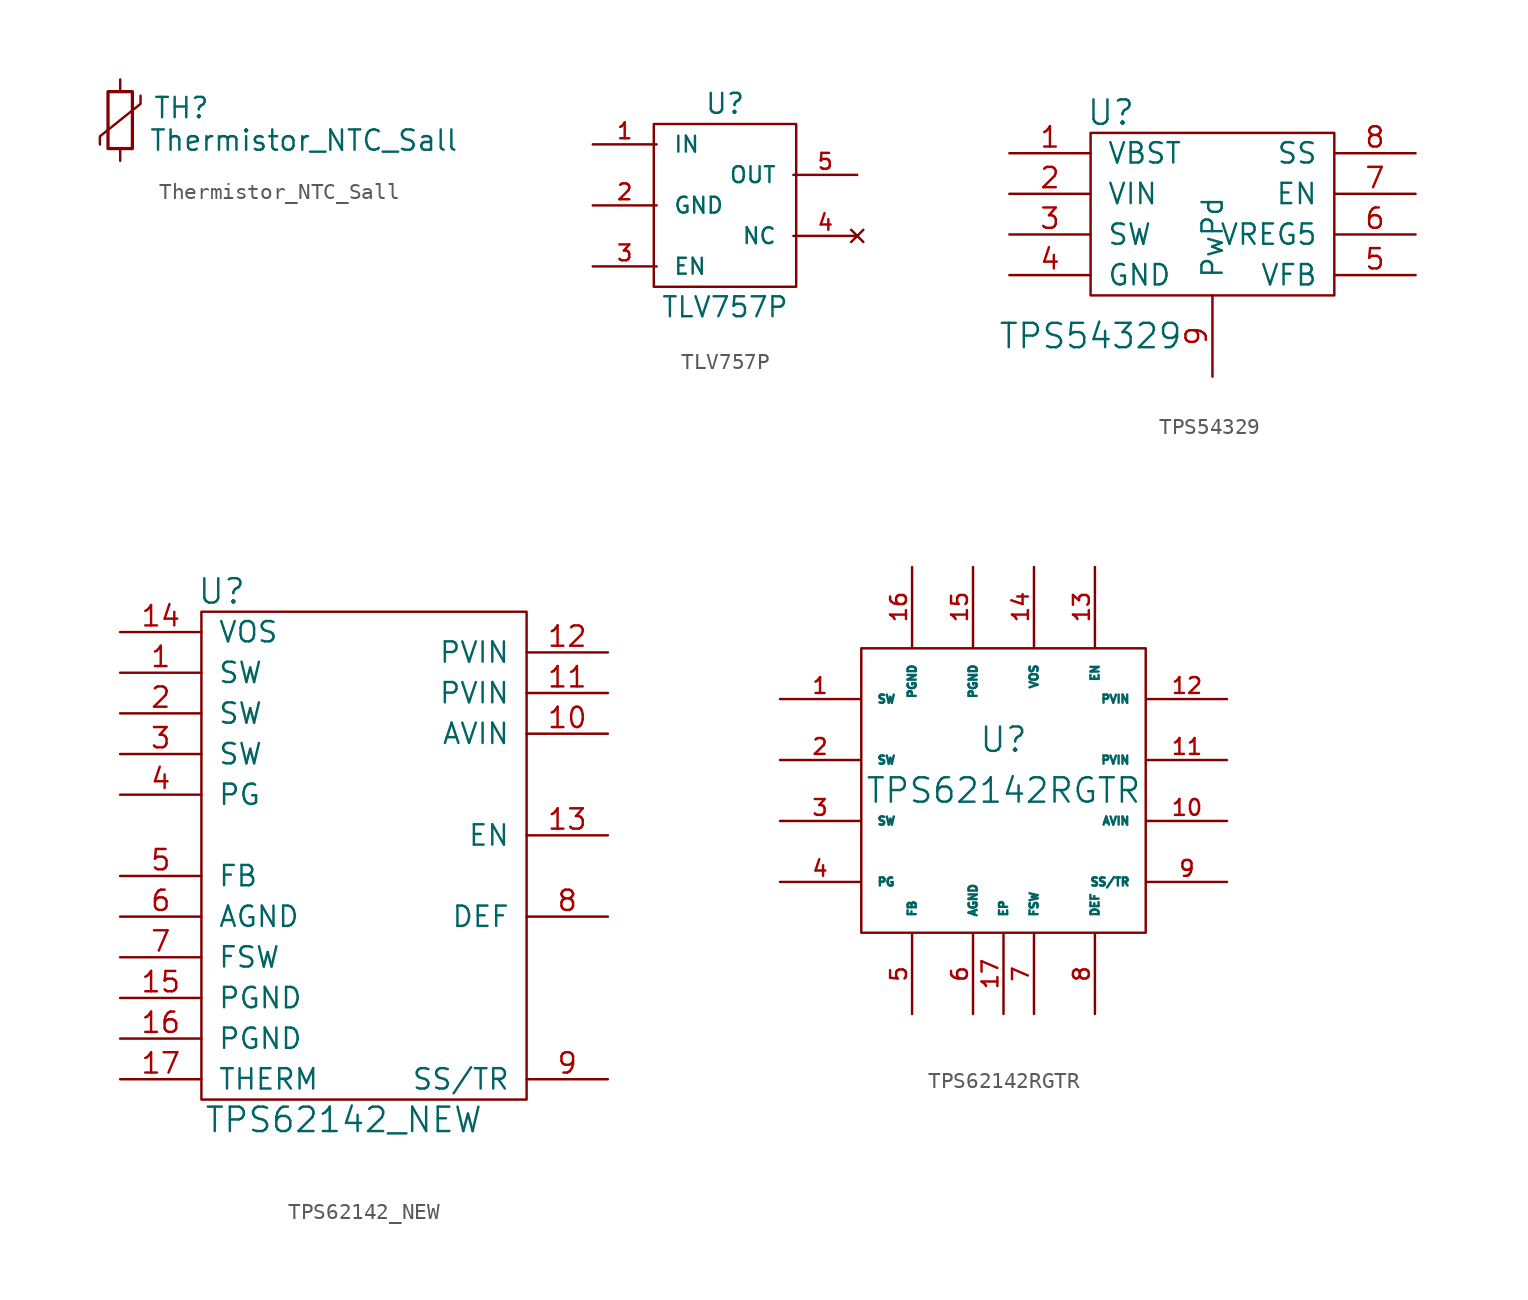
<source format=kicad_sym>
(kicad_symbol_lib
  (version 20211014)
  (generator kicad_symbol_editor)
  (symbol "Thermistor_NTC_Sall"
    (pin_numbers hide)
    (pin_names
      (offset 0.254) hide)
    (property "Reference" "TH"
      (at 2.032 0.762 0)
      (effects (font (size 1.27 1.27)) (justify left)))
    (property "Value" "Thermistor_NTC_Sall"
      (at 1.778 -1.27 0)
      (effects (font (size 1.27 1.27)) (justify left)))
    (symbol "Thermistor_NTC_Sall_0_1"
      (rectangle (start -0.762 1.778) (end 0.762 -1.778) (stroke (width 0.203) (type default) (color 0 0 0 0)) (fill (type none)))
      (polyline (pts (xy 1.27 1.524) (xy 1.27 1.016) (xy -1.27 -1.016) (xy -1.27 -1.524)) (stroke (width 0) (type default) (color 0 0 0 0)) (fill (type none))))
    (symbol "Thermistor_NTC_Sall_1_1"
      (pin passive line (at 0 2.54 270) (length 0.762) (name "~" (effects (font (size 1.27 1.27)))) (number "1" (effects (font (size 1.27 1.27)))))
      (pin passive line (at 0 -2.54 90) (length 0.762) (name "~" (effects (font (size 1.27 1.27)))) (number "2" (effects (font (size 1.27 1.27)))))))
  (symbol "TLV757P"
    (pin_names
      (offset 1.016))
    (property "Reference" "U"
      (at 6.35 2.54 0)
      (effects (font (size 1.245 1.245))))
    (property "Value" "TLV757P"
      (at 6.35 -10.16 0)
      (effects (font (size 1.245 1.245))))
    (symbol "TLV757P_0_1"
      (rectangle (start 1.905 1.27) (end 10.795 -8.89) (stroke (width 0) (type default) (color 0 0 0 0)) (fill (type none))))
    (symbol "TLV757P_1_1"
      (pin input line (at -1.905 0 0) (length 3.988) (name "IN" (effects (font (size 0.991 0.991)))) (number "1" (effects (font (size 0.991 0.991)))))
      (pin input line (at -1.905 -3.81 0) (length 3.988) (name "GND" (effects (font (size 0.991 0.991)))) (number "2" (effects (font (size 0.991 0.991)))))
      (pin input line (at -1.905 -7.62 0) (length 3.988) (name "EN" (effects (font (size 0.991 0.991)))) (number "3" (effects (font (size 0.991 0.991)))))
      (pin no_connect line (at 14.605 -5.715 180) (length 3.988) (name "NC" (effects (font (size 0.991 0.991)))) (number "4" (effects (font (size 0.991 0.991)))))
      (pin input line (at 14.605 -1.905 180) (length 3.988) (name "OUT" (effects (font (size 0.991 0.991)))) (number "5" (effects (font (size 0.991 0.991)))))))
  (symbol "TPS54329"
    (pin_names
      (offset 1.016))
    (property "Reference" "U"
      (at -6.35 11.43 0)
      (effects (font (size 1.524 1.524))))
    (property "Value" "TPS54329"
      (at -7.62 -2.54 0)
      (effects (font (size 1.524 1.524))))
    (symbol "TPS54329_0_1"
      (rectangle (start -7.62 10.16) (end 7.62 0) (stroke (width 0) (type default) (color 0 0 0 0)) (fill (type none))))
    (symbol "TPS54329_1_1"
      (pin input line (at -12.7 8.89 0) (length 5.08) (name "VBST" (effects (font (size 1.27 1.27)))) (number "1" (effects (font (size 1.27 1.27)))))
      (pin input line (at -12.7 6.35 0) (length 5.08) (name "VIN" (effects (font (size 1.27 1.27)))) (number "2" (effects (font (size 1.27 1.27)))))
      (pin input line (at -12.7 3.81 0) (length 5.08) (name "SW" (effects (font (size 1.27 1.27)))) (number "3" (effects (font (size 1.27 1.27)))))
      (pin input line (at -12.7 1.27 0) (length 5.08) (name "GND" (effects (font (size 1.27 1.27)))) (number "4" (effects (font (size 1.27 1.27)))))
      (pin input line (at 12.7 1.27 180) (length 5.08) (name "VFB" (effects (font (size 1.27 1.27)))) (number "5" (effects (font (size 1.27 1.27)))))
      (pin input line (at 12.7 3.81 180) (length 5.08) (name "VREG5" (effects (font (size 1.27 1.27)))) (number "6" (effects (font (size 1.27 1.27)))))
      (pin input line (at 12.7 6.35 180) (length 5.08) (name "EN" (effects (font (size 1.27 1.27)))) (number "7" (effects (font (size 1.27 1.27)))))
      (pin input line (at 12.7 8.89 180) (length 5.08) (name "SS" (effects (font (size 1.27 1.27)))) (number "8" (effects (font (size 1.27 1.27)))))
      (pin input line (at 0 -5.08 90) (length 5.08) (name "PwPd" (effects (font (size 1.27 1.27)))) (number "9" (effects (font (size 1.27 1.27)))))))
  (symbol "TPS62142_NEW"
    (pin_names
      (offset 1.016))
    (property "Reference" "U"
      (at 1.27 31.75 0)
      (effects (font (size 1.524 1.524))))
    (property "Value" "TPS62142_NEW"
      (at 8.89 -1.27 0)
      (effects (font (size 1.524 1.524))))
    (symbol "TPS62142_NEW_0_1"
      (rectangle (start 0 30.48) (end 20.32 0) (stroke (width 0) (type default) (color 0 0 0 0)) (fill (type none))))
    (symbol "TPS62142_NEW_1_1"
      (pin output line (at -5.08 26.67 0) (length 5.08) (name "SW" (effects (font (size 1.27 1.27)))) (number "1" (effects (font (size 1.27 1.27)))))
      (pin output line (at 25.4 22.86 180) (length 5.08) (name "AVIN" (effects (font (size 1.27 1.27)))) (number "10" (effects (font (size 1.27 1.27)))))
      (pin output line (at 25.4 25.4 180) (length 5.08) (name "PVIN" (effects (font (size 1.27 1.27)))) (number "11" (effects (font (size 1.27 1.27)))))
      (pin output line (at 25.4 27.94 180) (length 5.08) (name "PVIN" (effects (font (size 1.27 1.27)))) (number "12" (effects (font (size 1.27 1.27)))))
      (pin output line (at 25.4 16.51 180) (length 5.08) (name "EN" (effects (font (size 1.27 1.27)))) (number "13" (effects (font (size 1.27 1.27)))))
      (pin output line (at -5.08 29.21 0) (length 5.08) (name "VOS" (effects (font (size 1.27 1.27)))) (number "14" (effects (font (size 1.27 1.27)))))
      (pin output line (at -5.08 6.35 0) (length 5.08) (name "PGND" (effects (font (size 1.27 1.27)))) (number "15" (effects (font (size 1.27 1.27)))))
      (pin output line (at -5.08 3.81 0) (length 5.08) (name "PGND" (effects (font (size 1.27 1.27)))) (number "16" (effects (font (size 1.27 1.27)))))
      (pin output line (at -5.08 1.27 0) (length 5.08) (name "THERM" (effects (font (size 1.27 1.27)))) (number "17" (effects (font (size 1.27 1.27)))))
      (pin output line (at -5.08 24.13 0) (length 5.08) (name "SW" (effects (font (size 1.27 1.27)))) (number "2" (effects (font (size 1.27 1.27)))))
      (pin output line (at -5.08 21.59 0) (length 5.08) (name "SW" (effects (font (size 1.27 1.27)))) (number "3" (effects (font (size 1.27 1.27)))))
      (pin output line (at -5.08 19.05 0) (length 5.08) (name "PG" (effects (font (size 1.27 1.27)))) (number "4" (effects (font (size 1.27 1.27)))))
      (pin output line (at -5.08 13.97 0) (length 5.08) (name "FB" (effects (font (size 1.27 1.27)))) (number "5" (effects (font (size 1.27 1.27)))))
      (pin output line (at -5.08 11.43 0) (length 5.08) (name "AGND" (effects (font (size 1.27 1.27)))) (number "6" (effects (font (size 1.27 1.27)))))
      (pin output line (at -5.08 8.89 0) (length 5.08) (name "FSW" (effects (font (size 1.27 1.27)))) (number "7" (effects (font (size 1.27 1.27)))))
      (pin output line (at 25.4 11.43 180) (length 5.08) (name "DEF" (effects (font (size 1.27 1.27)))) (number "8" (effects (font (size 1.27 1.27)))))
      (pin output line (at 25.4 1.27 180) (length 5.08) (name "SS/TR" (effects (font (size 1.27 1.27)))) (number "9" (effects (font (size 1.27 1.27)))))))
  (symbol "TPS62142RGTR"
    (pin_names
      (offset 1.016))
    (property "Reference" "U"
      (at 0 3.175 0)
      (effects (font (size 1.524 1.524))))
    (property "Value" "TPS62142RGTR"
      (at 0 0 0)
      (effects (font (size 1.524 1.524))))
    (symbol "TPS62142RGTR_0_1"
      (rectangle (start -8.89 -8.89) (end 8.89 8.89) (stroke (width 0) (type default) (color 0 0 0 0)) (fill (type none))))
    (symbol "TPS62142RGTR_1_1"
      (pin input line (at -13.97 5.715 0) (length 5.004) (name "SW" (effects (font (size 0.508 0.508)))) (number "1" (effects (font (size 0.991 0.991)))))
      (pin input line (at 13.97 -1.905 180) (length 5.004) (name "AVIN" (effects (font (size 0.508 0.508)))) (number "10" (effects (font (size 0.991 0.991)))))
      (pin input line (at 13.97 1.905 180) (length 5.004) (name "PVIN" (effects (font (size 0.508 0.508)))) (number "11" (effects (font (size 0.991 0.991)))))
      (pin input line (at 13.97 5.715 180) (length 5.004) (name "PVIN" (effects (font (size 0.508 0.508)))) (number "12" (effects (font (size 0.991 0.991)))))
      (pin input line (at 5.715 13.97 270) (length 5.004) (name "EN" (effects (font (size 0.508 0.508)))) (number "13" (effects (font (size 0.991 0.991)))))
      (pin input line (at 1.905 13.97 270) (length 5.004) (name "VOS" (effects (font (size 0.508 0.508)))) (number "14" (effects (font (size 0.991 0.991)))))
      (pin input line (at -1.905 13.97 270) (length 5.004) (name "PGND" (effects (font (size 0.508 0.508)))) (number "15" (effects (font (size 0.991 0.991)))))
      (pin input line (at -5.715 13.97 270) (length 5.004) (name "PGND" (effects (font (size 0.508 0.508)))) (number "16" (effects (font (size 0.991 0.991)))))
      (pin input line (at 0 -13.97 90) (length 5.004) (name "EP" (effects (font (size 0.508 0.508)))) (number "17" (effects (font (size 0.991 0.991)))))
      (pin input line (at -13.97 1.905 0) (length 5.004) (name "SW" (effects (font (size 0.508 0.508)))) (number "2" (effects (font (size 0.991 0.991)))))
      (pin input line (at -13.97 -1.905 0) (length 5.004) (name "SW" (effects (font (size 0.508 0.508)))) (number "3" (effects (font (size 0.991 0.991)))))
      (pin input line (at -13.97 -5.715 0) (length 5.004) (name "PG" (effects (font (size 0.508 0.508)))) (number "4" (effects (font (size 0.991 0.991)))))
      (pin input line (at -5.715 -13.97 90) (length 5.004) (name "FB" (effects (font (size 0.508 0.508)))) (number "5" (effects (font (size 0.991 0.991)))))
      (pin input line (at -1.905 -13.97 90) (length 5.004) (name "AGND" (effects (font (size 0.508 0.508)))) (number "6" (effects (font (size 0.991 0.991)))))
      (pin input line (at 1.905 -13.97 90) (length 5.004) (name "FSW" (effects (font (size 0.508 0.508)))) (number "7" (effects (font (size 0.991 0.991)))))
      (pin input line (at 5.715 -13.97 90) (length 5.004) (name "DEF" (effects (font (size 0.508 0.508)))) (number "8" (effects (font (size 0.991 0.991)))))
      (pin input line (at 13.97 -5.715 180) (length 5.004) (name "SS/TR" (effects (font (size 0.508 0.508)))) (number "9" (effects (font (size 0.991 0.991))))))))
</source>
